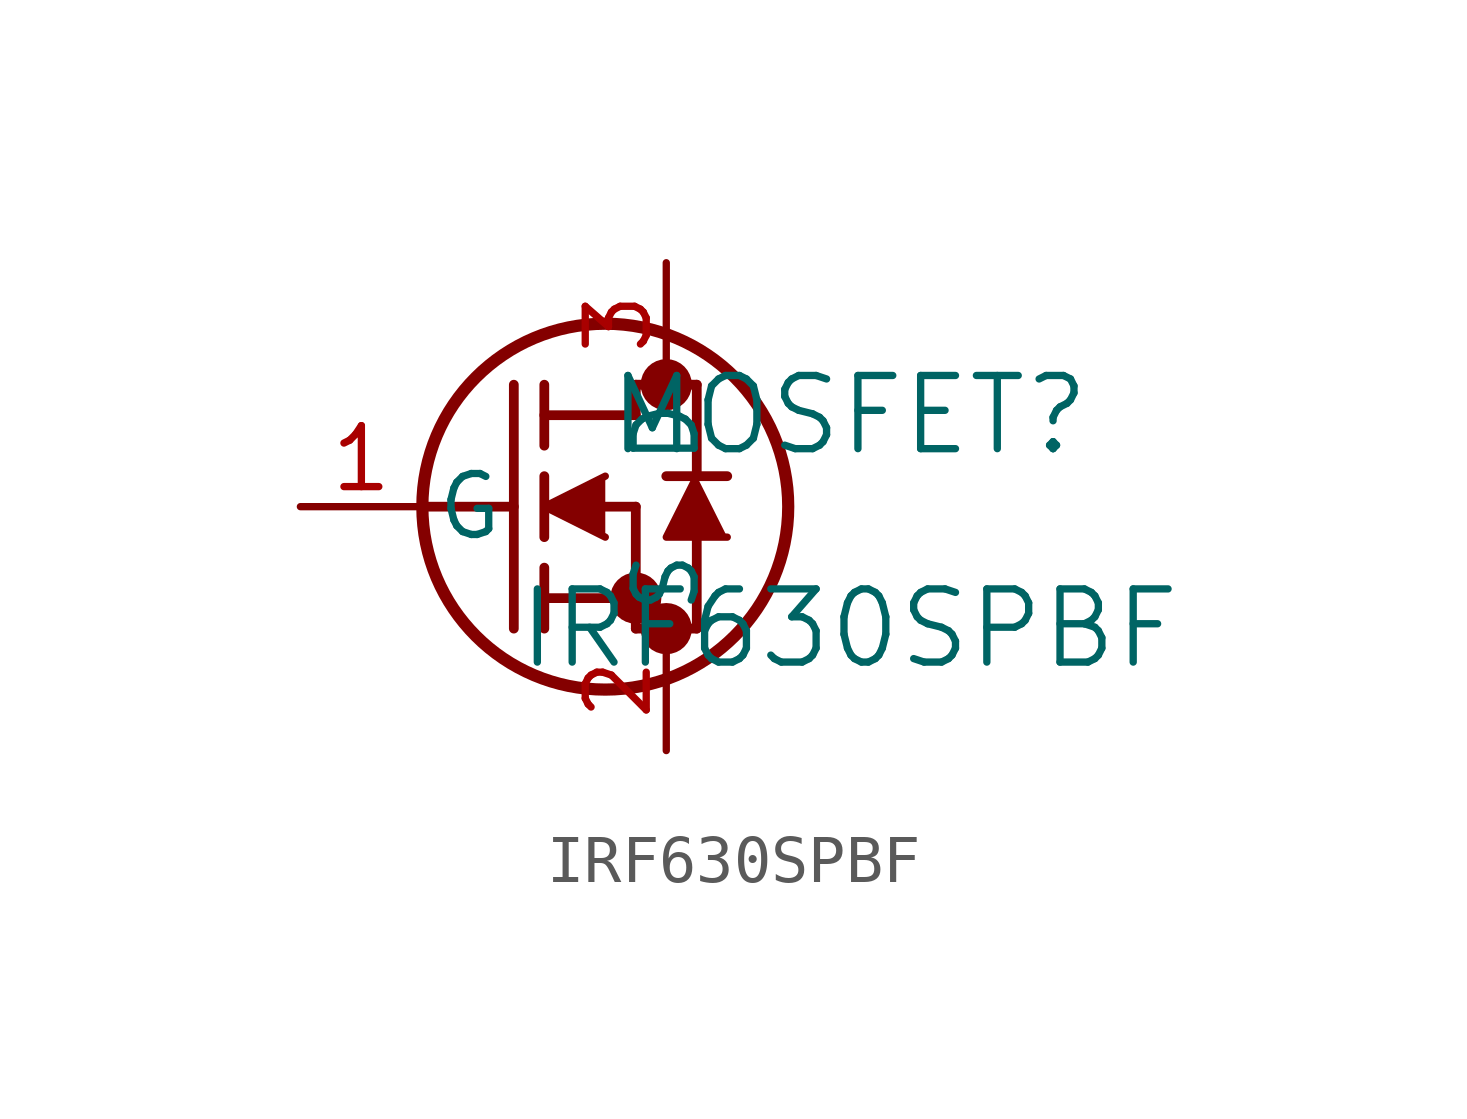
<source format=kicad_sym>
(kicad_symbol_lib
  (version 20211014)
  (generator kicad_symbol_editor)
  (symbol "IRF630SPBF"
    (pin_names
      (offset 0.254))
    (property "Reference" "MOSFET"
      (at 11.43 1.905 0)
      (effects (font (size 1.524 1.524))))
    (property "Value" "IRF630SPBF"
      (at 11.43 -2.54 0)
      (effects (font (size 1.524 1.524))))
    (symbol "IRF630SPBF_0_1"
      (circle (center 7.62 2.54) (radius 0.025) (stroke (width 0.508) (type default) (color 0 0 0 0)) (fill (type none)))
      (circle (center 7.62 -2.54) (radius 0.025) (stroke (width 0.508) (type default) (color 0 0 0 0)) (fill (type none)))
      (circle (center 6.985 -1.905) (radius 0.025) (stroke (width 0.508) (type default) (color 0 0 0 0)) (fill (type none)))
      (circle (center 6.35 0) (radius 3.81) (stroke (width 0.254) (type default) (color 0 0 0 0)) (fill (type none)))
      (polyline (pts (xy 2.54 0) (xy 4.445 0)) (stroke (width 0.203) (type default) (color 0 0 0 0)) (fill (type none)))
      (polyline (pts (xy 4.445 -2.54) (xy 4.445 2.54)) (stroke (width 0.203) (type default) (color 0 0 0 0)) (fill (type none)))
      (polyline (pts (xy 5.08 -0.635) (xy 5.08 0.635)) (stroke (width 0.203) (type default) (color 0 0 0 0)) (fill (type none)))
      (polyline (pts (xy 5.08 -2.54) (xy 5.08 -1.27)) (stroke (width 0.203) (type default) (color 0 0 0 0)) (fill (type none)))
      (polyline (pts (xy 5.08 1.27) (xy 5.08 2.54)) (stroke (width 0.203) (type default) (color 0 0 0 0)) (fill (type none)))
      (polyline (pts (xy 6.35 0) (xy 6.985 0)) (stroke (width 0.203) (type default) (color 0 0 0 0)) (fill (type none)))
      (polyline (pts (xy 5.08 -1.905) (xy 6.985 -1.905)) (stroke (width 0.203) (type default) (color 0 0 0 0)) (fill (type none)))
      (polyline (pts (xy 6.985 -2.54) (xy 6.985 0)) (stroke (width 0.203) (type default) (color 0 0 0 0)) (fill (type none)))
      (polyline (pts (xy 6.985 -2.54) (xy 8.255 -2.54)) (stroke (width 0.203) (type default) (color 0 0 0 0)) (fill (type none)))
      (polyline (pts (xy 5.08 1.905) (xy 6.985 1.905)) (stroke (width 0.203) (type default) (color 0 0 0 0)) (fill (type none)))
      (polyline (pts (xy 8.255 0.635) (xy 8.255 2.54)) (stroke (width 0.203) (type default) (color 0 0 0 0)) (fill (type none)))
      (polyline (pts (xy 6.35 0.635) (xy 5.08 0) (xy 6.35 -0.635)) (stroke (width 0) (type default) (color 0 0 0 0)) (fill (type outline)))
      (polyline (pts (xy 8.89 -0.635) (xy 7.62 -0.635) (xy 8.255 0.635)) (stroke (width 0) (type default) (color 0 0 0 0)) (fill (type outline)))
      (polyline (pts (xy 8.255 -2.54) (xy 8.255 -0.635)) (stroke (width 0.203) (type default) (color 0 0 0 0)) (fill (type none)))
      (polyline (pts (xy 8.89 0.635) (xy 7.62 0.635)) (stroke (width 0.203) (type default) (color 0 0 0 0)) (fill (type none)))
      (polyline (pts (xy 6.985 2.54) (xy 8.255 2.54)) (stroke (width 0.203) (type default) (color 0 0 0 0)) (fill (type none)))
      (polyline (pts (xy 6.985 1.905) (xy 6.985 2.54)) (stroke (width 0.203) (type default) (color 0 0 0 0)) (fill (type none)))
      (pin unspecified line (at 0 0 0) (length 2.54) (name "G" (effects (font (size 1.27 1.27)))) (number "1" (effects (font (size 1.27 1.27)))))
      (pin unspecified line (at 7.62 -5.08 90) (length 2.54) (name "S" (effects (font (size 1.27 1.27)))) (number "2" (effects (font (size 1.27 1.27)))))
      (pin unspecified line (at 7.62 5.08 270) (length 2.54) (name "D" (effects (font (size 1.27 1.27)))) (number "3" (effects (font (size 1.27 1.27))))))))
</source>
